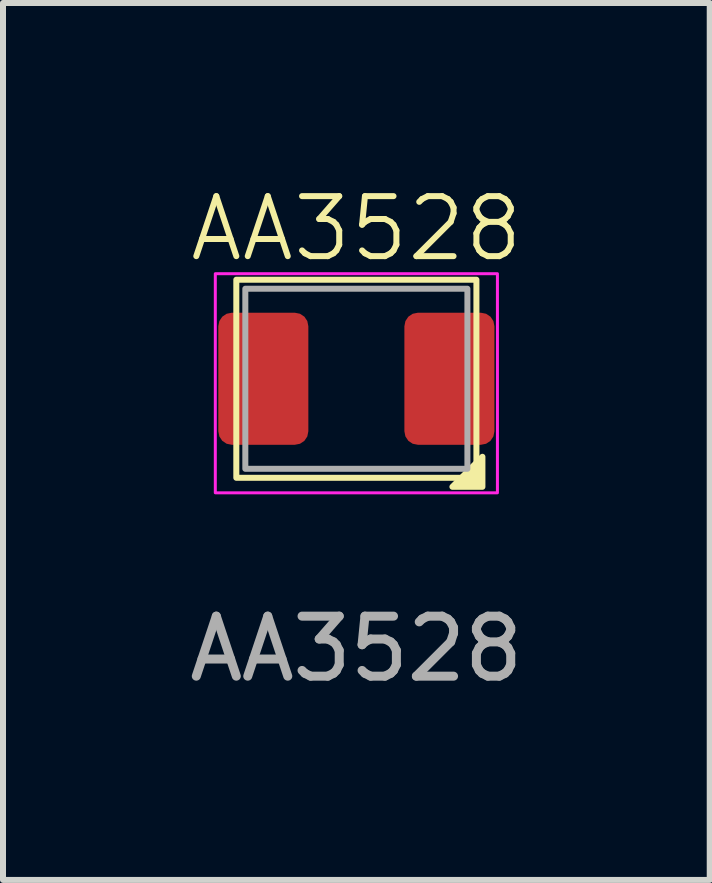
<source format=kicad_pcb>
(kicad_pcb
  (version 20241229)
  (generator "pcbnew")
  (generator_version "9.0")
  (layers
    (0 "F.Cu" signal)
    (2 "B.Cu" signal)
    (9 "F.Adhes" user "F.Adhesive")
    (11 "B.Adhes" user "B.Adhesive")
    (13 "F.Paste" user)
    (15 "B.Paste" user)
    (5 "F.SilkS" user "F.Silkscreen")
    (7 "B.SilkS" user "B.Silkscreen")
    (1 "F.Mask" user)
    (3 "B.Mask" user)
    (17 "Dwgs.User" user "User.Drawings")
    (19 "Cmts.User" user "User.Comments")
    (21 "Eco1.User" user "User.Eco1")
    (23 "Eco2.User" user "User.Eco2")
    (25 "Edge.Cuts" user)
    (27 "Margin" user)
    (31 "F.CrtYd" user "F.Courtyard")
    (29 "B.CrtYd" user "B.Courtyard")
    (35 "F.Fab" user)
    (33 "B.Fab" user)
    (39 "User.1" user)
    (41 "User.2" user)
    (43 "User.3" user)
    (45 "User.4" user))
  (footprint "AA3528"
    (layer "F.Cu")
    (at 2.887 3.26)
    (property "Reference" "AA3528" (at 0 -2.5 0) (unlocked yes) (layer "F.SilkS") (effects (font (size 1 1) (thickness 0.1))))
    (attr smd)
    (fp_rect (start -2 -1.65) (end 2 1.65) (stroke (width 0.1) (type default)) (fill no) (layer "F.SilkS"))
    (fp_poly (pts (xy 1.6 1.8) (xy 2.1 1.3) (xy 2.1 1.8)) (stroke (width 0.1) (type solid)) (fill yes) (layer "F.SilkS"))
    (fp_rect (start 2.35 1.9) (end -2.35 -1.75) (stroke (width 0.05) (type default)) (fill no) (layer "F.CrtYd"))
    (fp_rect (start -1.85 -1.5) (end 1.85 1.5) (stroke (width 0.1) (type default)) (fill no) (layer "F.Fab"))
    (fp_text user "${REFERENCE}" (at 0 4.5 0) (unlocked yes) (layer "F.Fab") (effects (font (size 1 1) (thickness 0.15))))
    (pad "1" smd roundrect (at 1.55 0) (size 1.5 2.2) (layers "F.Cu" "F.Mask" "F.Paste") (roundrect_rratio 0.15))
    (pad "2" smd roundrect (at -1.55 0) (size 1.5 2.2) (layers "F.Cu" "F.Mask" "F.Paste") (roundrect_rratio 0.15)))
  (gr_rect
    (start -3 -3)
    (end 8.774 11.609)
    (stroke (width 0.1) (type default))
    (fill no)
    (layer "Edge.Cuts")))
</source>
